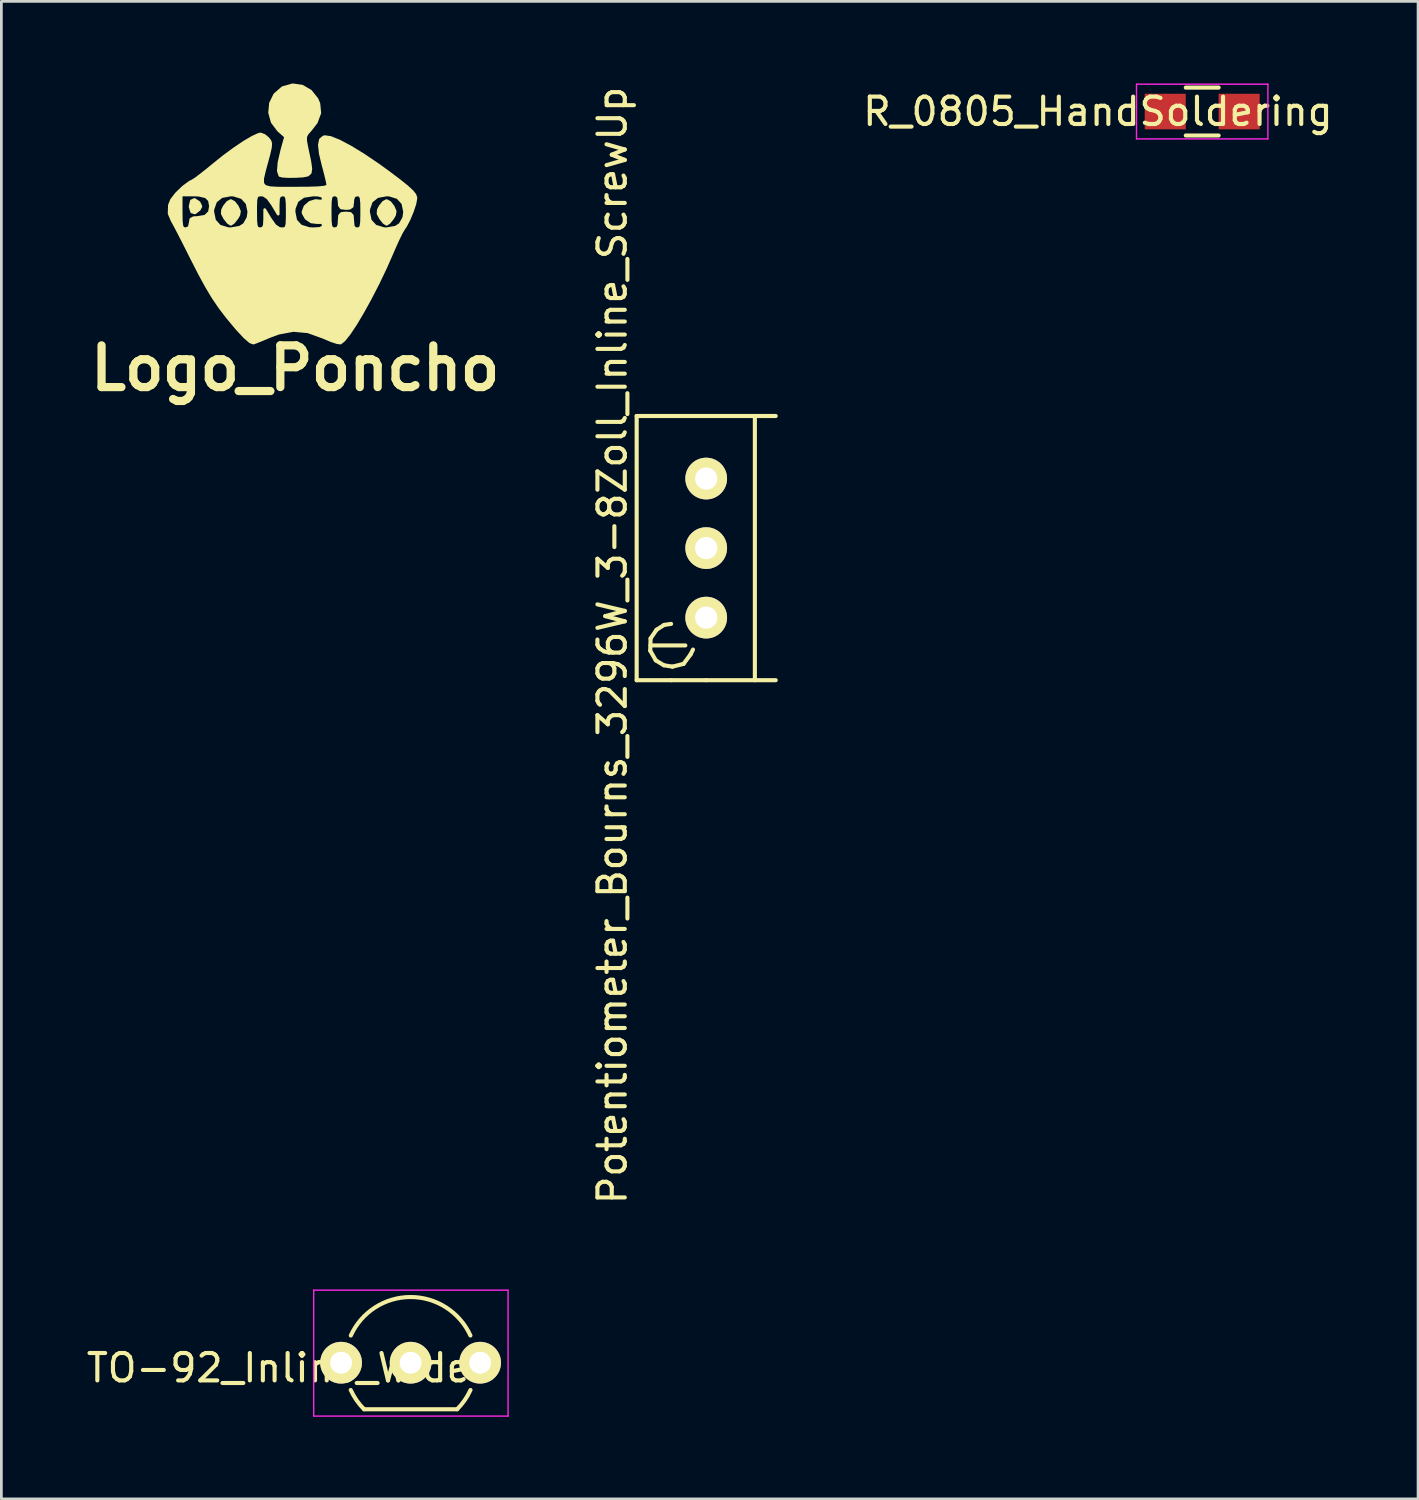
<source format=kicad_pcb>
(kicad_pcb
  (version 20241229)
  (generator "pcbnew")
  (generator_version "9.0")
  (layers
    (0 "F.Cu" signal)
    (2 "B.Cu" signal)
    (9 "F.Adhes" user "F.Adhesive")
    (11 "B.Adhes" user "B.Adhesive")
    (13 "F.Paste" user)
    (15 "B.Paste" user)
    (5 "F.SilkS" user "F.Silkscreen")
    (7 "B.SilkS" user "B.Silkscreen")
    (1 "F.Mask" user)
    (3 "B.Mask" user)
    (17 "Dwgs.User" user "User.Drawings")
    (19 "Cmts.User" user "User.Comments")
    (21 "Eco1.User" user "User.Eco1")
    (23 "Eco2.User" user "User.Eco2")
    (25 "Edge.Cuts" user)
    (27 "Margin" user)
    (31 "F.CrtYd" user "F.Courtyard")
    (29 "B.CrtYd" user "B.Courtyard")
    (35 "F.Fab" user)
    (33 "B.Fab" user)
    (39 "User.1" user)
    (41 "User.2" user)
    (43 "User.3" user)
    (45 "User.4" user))
  (footprint "Logo_Poncho"
    (layer "F.Cu")
    (at 7.609 4.814)
    (property "Reference" "Logo_Poncho" (at 0.127 5.588 0) (layer "F.SilkS") (effects (font (size 1.524 1.524) (thickness 0.3))))
    (attr through_hole)
    (fp_poly (pts (xy -3.32 -0.322) (xy -3.381 -0.206) (xy -3.538 -0.087) (xy -3.657 -0.123) (xy -3.71 -0.301) (xy -3.711 -0.33) (xy -3.667 -0.524) (xy -3.554 -0.576) (xy -3.4 -0.475) (xy -3.381 -0.454) (xy -3.32 -0.322)) (stroke (width 0.1) (type solid)) (fill yes) (layer "F.SilkS"))
    (fp_poly (pts (xy -1.912 -0.147) (xy -1.935 -0.007) (xy -2.007 0.114) (xy -2.129 0.265) (xy -2.225 0.33) (xy -2.227 0.33) (xy -2.323 0.268) (xy -2.445 0.117) (xy -2.447 0.114) (xy -2.537 -0.057) (xy -2.527 -0.197) (xy -2.466 -0.319) (xy -2.343 -0.474) (xy -2.227 -0.536) (xy -2.106 -0.471) (xy -1.987 -0.319) (xy -1.912 -0.147)) (stroke (width 0.1) (type solid)) (fill yes) (layer "F.SilkS"))
    (fp_poly (pts (xy 3.778 -0.147) (xy 3.755 -0.007) (xy 3.684 0.114) (xy 3.562 0.265) (xy 3.465 0.33) (xy 3.464 0.33) (xy 3.368 0.268) (xy 3.246 0.117) (xy 3.244 0.114) (xy 3.153 -0.057) (xy 3.164 -0.197) (xy 3.224 -0.319) (xy 3.347 -0.474) (xy 3.464 -0.536) (xy 3.584 -0.471) (xy 3.703 -0.319) (xy 3.778 -0.147)) (stroke (width 0.1) (type solid)) (fill yes) (layer "F.SilkS"))
    (fp_poly (pts (xy 1.024 -3.736) (xy 0.895 -3.389) (xy 0.679 -3.112) (xy 0.563 -2.982) (xy 0.508 -2.87) (xy 0.506 -2.721) (xy 0.55 -2.483) (xy 0.574 -2.37) (xy 0.658 -1.973) (xy 0.696 -1.709) (xy 0.675 -1.55) (xy 0.584 -1.468) (xy 0.409 -1.433) (xy 0.161 -1.419) (xy -0.124 -1.415) (xy -0.34 -1.428) (xy -0.436 -1.454) (xy -0.49 -1.618) (xy -0.466 -1.924) (xy -0.365 -2.365) (xy -0.36 -2.384) (xy -0.225 -2.869) (xy -0.489 -3.104) (xy -0.714 -3.403) (xy -0.808 -3.747) (xy -0.776 -4.097) (xy -0.62 -4.411) (xy -0.347 -4.65) (xy -0.316 -4.667) (xy 0.034 -4.764) (xy 0.38 -4.716) (xy 0.687 -4.538) (xy 0.919 -4.248) (xy 0.99 -4.082) (xy 1.024 -3.736)) (stroke (width 0.1) (type solid)) (fill yes) (layer "F.SilkS"))
    (fp_poly (pts (xy 4.536 -0.627) (xy 4.499 -0.42) (xy 4.405 -0.135) (xy 4.28 0.163) (xy 4.15 0.409) (xy 4.123 0.447) (xy 4.123 -0.124) (xy 4.058 -0.437) (xy 3.869 -0.644) (xy 3.565 -0.738) (xy 3.464 -0.742) (xy 3.13 -0.681) (xy 2.908 -0.504) (xy 2.809 -0.218) (xy 2.804 -0.124) (xy 2.869 0.19) (xy 3.058 0.397) (xy 3.363 0.49) (xy 3.464 0.495) (xy 3.798 0.436) (xy 3.958 0.33) (xy 4.092 0.092) (xy 4.123 -0.124) (xy 4.123 0.447) (xy 4.09 0.495) (xy 4.014 0.622) (xy 3.895 0.861) (xy 3.754 1.173) (xy 3.673 1.361) (xy 3.422 1.929) (xy 3.15 2.497) (xy 2.869 3.042) (xy 2.593 3.542) (xy 2.556 3.604) (xy 2.556 -0.124) (xy 2.553 -0.44) (xy 2.535 -0.625) (xy 2.494 -0.715) (xy 2.421 -0.741) (xy 2.392 -0.742) (xy 2.271 -0.703) (xy 2.228 -0.559) (xy 2.227 -0.495) (xy 2.206 -0.32) (xy 2.11 -0.255) (xy 1.979 -0.247) (xy 1.804 -0.268) (xy 1.739 -0.364) (xy 1.732 -0.495) (xy 1.706 -0.676) (xy 1.609 -0.74) (xy 1.567 -0.742) (xy 1.483 -0.728) (xy 1.433 -0.661) (xy 1.409 -0.508) (xy 1.402 -0.235) (xy 1.402 -0.124) (xy 1.406 0.193) (xy 1.424 0.378) (xy 1.464 0.467) (xy 1.537 0.494) (xy 1.567 0.495) (xy 1.681 0.463) (xy 1.726 0.336) (xy 1.732 0.206) (xy 1.746 0.012) (xy 1.816 -0.067) (xy 1.979 -0.082) (xy 2.145 -0.066) (xy 2.214 0.015) (xy 2.227 0.206) (xy 2.245 0.405) (xy 2.317 0.485) (xy 2.392 0.495) (xy 2.476 0.48) (xy 2.525 0.414) (xy 2.549 0.261) (xy 2.556 -0.012) (xy 2.556 -0.124) (xy 2.556 3.604) (xy 2.334 3.977) (xy 2.103 4.324) (xy 1.913 4.562) (xy 1.782 4.668) (xy 1.66 4.654) (xy 1.438 4.581) (xy 1.163 4.464) (xy 1.155 4.46) (xy 1.155 0.361) (xy 1.111 0.268) (xy 0.957 0.266) (xy 0.939 0.269) (xy 0.717 0.244) (xy 0.523 0.115) (xy 0.418 -0.071) (xy 0.412 -0.124) (xy 0.484 -0.319) (xy 0.658 -0.472) (xy 0.872 -0.537) (xy 0.95 -0.528) (xy 1.106 -0.515) (xy 1.154 -0.597) (xy 1.155 -0.61) (xy 1.114 -0.695) (xy 0.97 -0.735) (xy 0.783 -0.742) (xy 0.429 -0.687) (xy 0.198 -0.523) (xy 0.091 -0.25) (xy 0.082 -0.124) (xy 0.145 0.189) (xy 0.331 0.393) (xy 0.64 0.488) (xy 0.783 0.495) (xy 1.023 0.481) (xy 1.134 0.429) (xy 1.155 0.361) (xy 1.155 4.46) (xy 1.148 4.457) (xy 0.592 4.257) (xy 0.061 4.208) (xy -0.165 4.25) (xy -0.165 -0.124) (xy -0.169 -0.44) (xy -0.187 -0.625) (xy -0.227 -0.715) (xy -0.3 -0.741) (xy -0.33 -0.742) (xy -0.435 -0.716) (xy -0.484 -0.61) (xy -0.496 -0.392) (xy -0.496 -0.041) (xy -0.706 -0.392) (xy -0.874 -0.626) (xy -1.03 -0.73) (xy -1.118 -0.742) (xy -1.22 -0.734) (xy -1.281 -0.686) (xy -1.31 -0.564) (xy -1.319 -0.332) (xy -1.319 -0.124) (xy -1.316 0.193) (xy -1.298 0.378) (xy -1.257 0.467) (xy -1.184 0.494) (xy -1.155 0.495) (xy -1.049 0.469) (xy -1.001 0.362) (xy -0.989 0.144) (xy -0.988 -0.206) (xy -0.778 0.144) (xy -0.61 0.378) (xy -0.455 0.482) (xy -0.366 0.495) (xy -0.264 0.487) (xy -0.204 0.439) (xy -0.175 0.316) (xy -0.166 0.085) (xy -0.165 -0.124) (xy -0.165 4.25) (xy -0.482 4.309) (xy -0.783 4.42) (xy -1.059 4.536) (xy -1.286 4.627) (xy -1.402 4.67) (xy -1.519 4.625) (xy -1.567 4.584) (xy -1.567 -0.124) (xy -1.632 -0.437) (xy -1.821 -0.644) (xy -2.126 -0.738) (xy -2.227 -0.742) (xy -2.561 -0.681) (xy -2.782 -0.504) (xy -2.882 -0.218) (xy -2.886 -0.124) (xy -2.821 0.19) (xy -2.632 0.397) (xy -2.328 0.49) (xy -2.227 0.495) (xy -1.893 0.436) (xy -1.732 0.33) (xy -1.598 0.092) (xy -1.567 -0.124) (xy -1.567 4.584) (xy -1.717 4.455) (xy -1.986 4.167) (xy -2.062 4.079) (xy -2.37 3.707) (xy -2.632 3.363) (xy -2.87 3.013) (xy -2.969 2.85) (xy -2.969 -0.33) (xy -3.007 -0.546) (xy -3.14 -0.675) (xy -3.392 -0.734) (xy -3.604 -0.742) (xy -4.041 -0.742) (xy -4.041 -0.124) (xy -4.037 0.193) (xy -4.019 0.378) (xy -3.979 0.467) (xy -3.906 0.494) (xy -3.876 0.495) (xy -3.747 0.446) (xy -3.711 0.289) (xy -3.688 0.146) (xy -3.585 0.09) (xy -3.439 0.082) (xy -3.161 0.035) (xy -3.008 -0.115) (xy -2.969 -0.33) (xy -2.969 2.85) (xy -3.106 2.622) (xy -3.361 2.156) (xy -3.656 1.58) (xy -3.725 1.443) (xy -3.927 1.041) (xy -4.107 0.689) (xy -4.251 0.414) (xy -4.343 0.245) (xy -4.367 0.206) (xy -4.48 -0.062) (xy -4.47 -0.368) (xy -4.392 -0.562) (xy -4.212 -0.794) (xy -3.971 -1.027) (xy -3.73 -1.206) (xy -3.629 -1.257) (xy -3.516 -1.328) (xy -3.311 -1.482) (xy -3.047 -1.691) (xy -2.861 -1.845) (xy -2.478 -2.152) (xy -2.094 -2.434) (xy -1.736 -2.674) (xy -1.432 -2.853) (xy -1.211 -2.954) (xy -1.136 -2.969) (xy -0.993 -2.912) (xy -0.869 -2.807) (xy -0.799 -2.718) (xy -0.768 -2.621) (xy -0.779 -2.476) (xy -0.832 -2.242) (xy -0.897 -1.997) (xy -1.002 -1.615) (xy -1.064 -1.343) (xy -1.063 -1.164) (xy -0.98 -1.057) (xy -0.797 -1.006) (xy -0.494 -0.989) (xy -0.051 -0.989) (xy 0.124 -0.99) (xy 0.617 -0.993) (xy 0.964 -1.005) (xy 1.184 -1.026) (xy 1.295 -1.06) (xy 1.319 -1.094) (xy 1.299 -1.22) (xy 1.243 -1.457) (xy 1.165 -1.758) (xy 1.15 -1.809) (xy 1.043 -2.256) (xy 1.009 -2.57) (xy 1.049 -2.766) (xy 1.163 -2.86) (xy 1.209 -2.871) (xy 1.421 -2.84) (xy 1.74 -2.711) (xy 2.15 -2.494) (xy 2.633 -2.198) (xy 3.173 -1.832) (xy 3.525 -1.577) (xy 3.93 -1.272) (xy 4.215 -1.043) (xy 4.399 -0.874) (xy 4.5 -0.746) (xy 4.535 -0.644) (xy 4.536 -0.627)) (stroke (width 0.1) (type solid)) (fill yes) (layer "F.SilkS")))
  (footprint "TO-92_Inline_Wide"
    (layer "F.Cu")
    (at 9.411 46.735)
    (property "Reference" "TO-92_Inline_Wide" (at -2.286 0.191 180) (layer "F.SilkS") (effects (font (size 1 1) (thickness 0.15))))
    (attr through_hole)
    (fp_line (start 0.84 1.7) (end 4.24 1.7) (stroke (width 0.15) (type solid)) (layer "F.SilkS"))
    (fp_arc (start 0.355121 -0.993127) (mid 1.240675 -2.017858) (end 2.54 -2.4) (stroke (width 0.15) (type solid)) (layer "F.SilkS"))
    (fp_arc (start 0.84 1.7) (mid 0.564627 1.370365) (end 0.352305 0.99699) (stroke (width 0.15) (type solid)) (layer "F.SilkS"))
    (fp_arc (start 2.54 -2.4) (mid 3.839326 -2.017858) (end 4.724879 -0.993127) (stroke (width 0.15) (type solid)) (layer "F.SilkS"))
    (fp_arc (start 4.727695 0.99699) (mid 4.515373 1.370365) (end 4.24 1.7) (stroke (width 0.15) (type solid)) (layer "F.SilkS"))
    (fp_line (start -1 -2.65) (end 6.1 -2.65) (stroke (width 0.05) (type solid)) (layer "F.CrtYd"))
    (fp_line (start -1 1.95) (end -1 -2.65) (stroke (width 0.05) (type solid)) (layer "F.CrtYd"))
    (fp_line (start -1 1.95) (end 6.1 1.95) (stroke (width 0.05) (type solid)) (layer "F.CrtYd"))
    (fp_line (start 6.1 1.95) (end 6.1 -2.65) (stroke (width 0.05) (type solid)) (layer "F.CrtYd"))
    (pad "1" thru_hole circle (at 0 0 90) (size 1.524 1.524) (drill 0.8) (layers "*.Cu" "*.Mask" "F.SilkS"))
    (pad "2" thru_hole circle (at 2.54 0 90) (size 1.524 1.524) (drill 0.8) (layers "*.Cu" "*.Mask" "F.SilkS"))
    (pad "3" thru_hole circle (at 5.08 0 90) (size 1.524 1.524) (drill 0.8) (layers "*.Cu" "*.Mask" "F.SilkS")))
  (footprint "Potentiometer_Bourns_3296W_3-8Zoll_Inline_ScrewUp"
    (layer "F.Cu")
    (at 22.75 19.514)
    (property "Reference" "Potentiometer_Bourns_3296W_3-8Zoll_Inline_ScrewUp" (at -3.429 1.016 90) (layer "F.SilkS") (effects (font (size 1 1) (thickness 0.15))))
    (attr through_hole)
    (fp_line (start -2.54 -7.366) (end 2.54 -7.366) (stroke (width 0.15) (type solid)) (layer "F.SilkS"))
    (fp_line (start -2.54 2.286) (end -2.54 -7.366) (stroke (width 0.15) (type solid)) (layer "F.SilkS"))
    (fp_line (start -2.045 1.206) (end -1.841 1.562) (stroke (width 0.15) (type solid)) (layer "F.SilkS"))
    (fp_line (start -2.032 0.762) (end -2.045 1.206) (stroke (width 0.15) (type solid)) (layer "F.SilkS"))
    (fp_line (start -2.032 1.016) (end -0.762 1.016) (stroke (width 0.15) (type solid)) (layer "F.SilkS"))
    (fp_line (start -1.841 1.562) (end -1.549 1.74) (stroke (width 0.15) (type solid)) (layer "F.SilkS"))
    (fp_line (start -1.816 0.445) (end -2.032 0.762) (stroke (width 0.15) (type solid)) (layer "F.SilkS"))
    (fp_line (start -1.549 1.74) (end -1.232 1.791) (stroke (width 0.15) (type solid)) (layer "F.SilkS"))
    (fp_line (start -1.537 0.267) (end -1.816 0.445) (stroke (width 0.15) (type solid)) (layer "F.SilkS"))
    (fp_line (start -1.283 0.229) (end -1.537 0.267) (stroke (width 0.15) (type solid)) (layer "F.SilkS"))
    (fp_line (start -1.27 2.286) (end -2.54 2.286) (stroke (width 0.15) (type solid)) (layer "F.SilkS"))
    (fp_line (start -1.232 1.791) (end -0.826 1.689) (stroke (width 0.15) (type solid)) (layer "F.SilkS"))
    (fp_line (start -0.826 1.689) (end -0.572 1.346) (stroke (width 0.15) (type solid)) (layer "F.SilkS"))
    (fp_line (start -0.572 1.346) (end -0.483 1.168) (stroke (width 0.15) (type solid)) (layer "F.SilkS"))
    (fp_line (start 0 2.286) (end -1.27 2.286) (stroke (width 0.15) (type solid)) (layer "F.SilkS"))
    (fp_line (start 1.778 -7.366) (end 1.778 2.286) (stroke (width 0.15) (type solid)) (layer "F.SilkS"))
    (fp_line (start 2.54 2.286) (end 0 2.286) (stroke (width 0.15) (type solid)) (layer "F.SilkS"))
    (pad "1" thru_hole circle (at 0 0) (size 1.524 1.524) (drill 0.813) (layers "*.Cu" "*.Mask" "F.SilkS"))
    (pad "2" thru_hole circle (at 0 -2.54) (size 1.524 1.524) (drill 0.813) (layers "*.Cu" "*.Mask" "F.SilkS"))
    (pad "3" thru_hole circle (at 0 -5.08) (size 1.524 1.524) (drill 0.813) (layers "*.Cu" "*.Mask" "F.SilkS")))
  (footprint "R_0805_HandSoldering"
    (layer "F.Cu")
    (at 40.871 1.025)
    (property "Reference" "R_0805_HandSoldering" (at -3.81 0 0) (layer "F.SilkS") (effects (font (size 1 1) (thickness 0.15))))
    (attr smd)
    (fp_line (start -0.6 -0.875) (end 0.6 -0.875) (stroke (width 0.15) (type solid)) (layer "F.SilkS"))
    (fp_line (start 0.6 0.875) (end -0.6 0.875) (stroke (width 0.15) (type solid)) (layer "F.SilkS"))
    (fp_line (start -2.4 -1) (end -2.4 1) (stroke (width 0.05) (type solid)) (layer "F.CrtYd"))
    (fp_line (start -2.4 -1) (end 2.4 -1) (stroke (width 0.05) (type solid)) (layer "F.CrtYd"))
    (fp_line (start -2.4 1) (end 2.4 1) (stroke (width 0.05) (type solid)) (layer "F.CrtYd"))
    (fp_line (start 2.4 -1) (end 2.4 1) (stroke (width 0.05) (type solid)) (layer "F.CrtYd"))
    (pad "1" smd rect (at -1.35 0) (size 1.5 1.3) (layers "F.Cu" "F.Mask" "F.Paste"))
    (pad "2" smd rect (at 1.35 0) (size 1.5 1.3) (layers "F.Cu" "F.Mask" "F.Paste")))
  (gr_rect
    (start -3 -3)
    (end 48.757 51.71)
    (stroke (width 0.1) (type default))
    (fill no)
    (layer "Edge.Cuts")))
</source>
